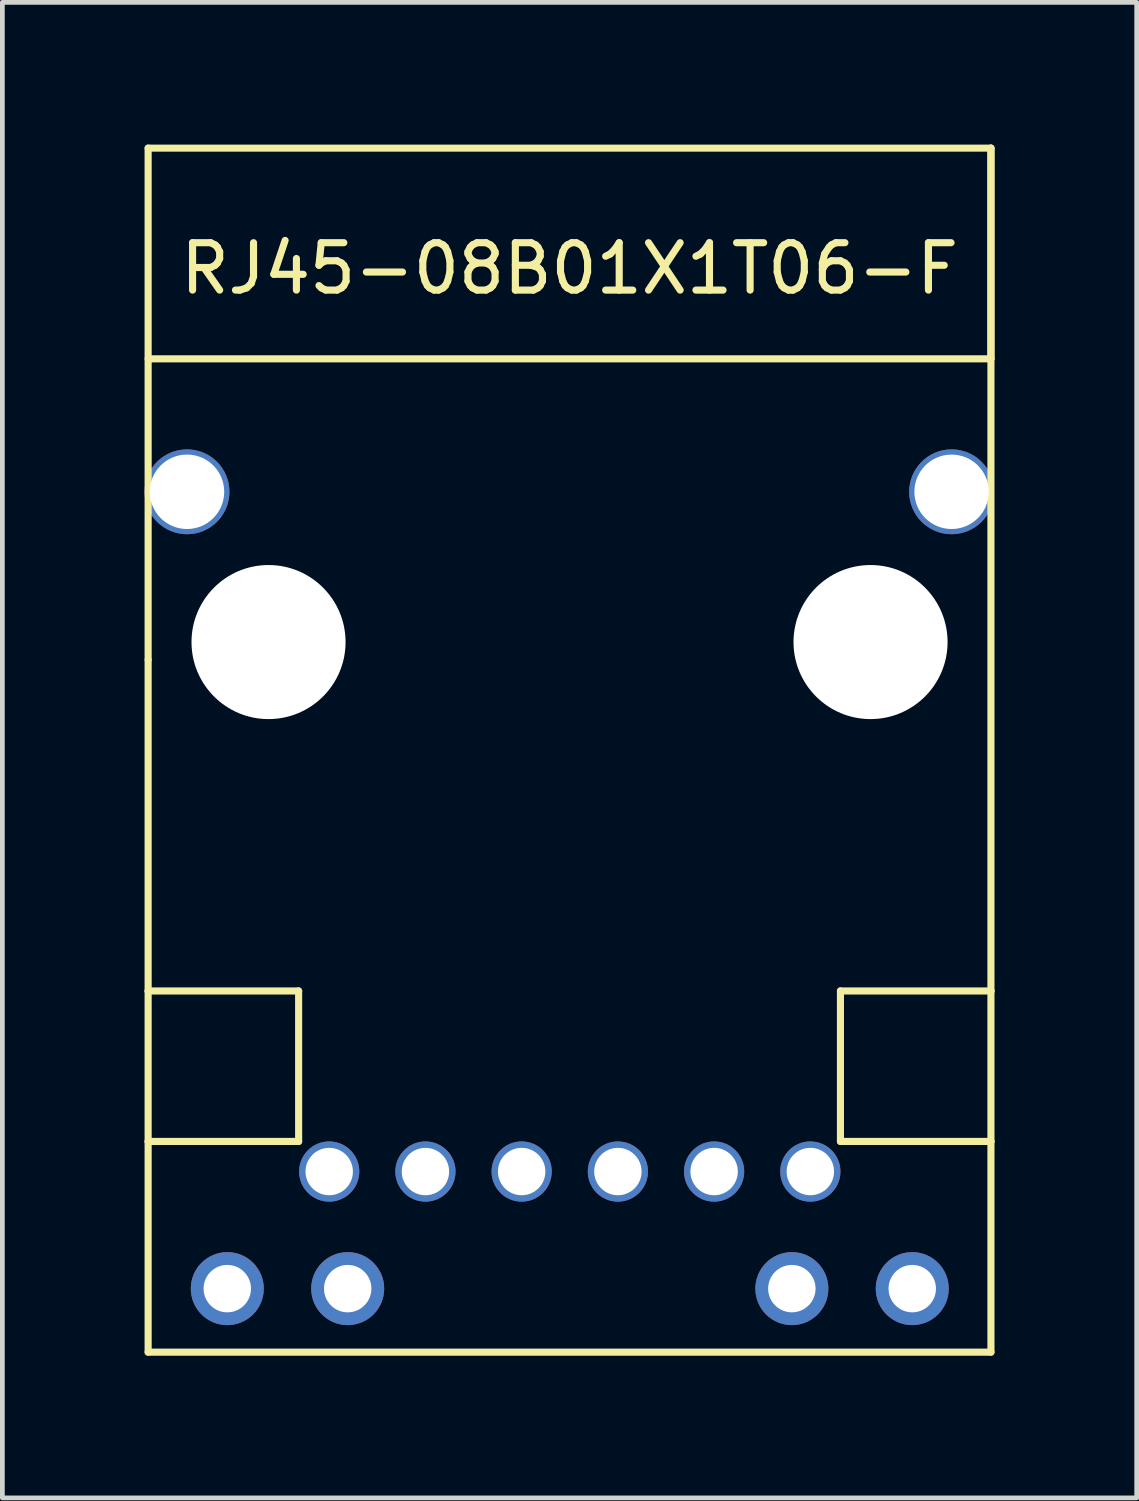
<source format=kicad_pcb>
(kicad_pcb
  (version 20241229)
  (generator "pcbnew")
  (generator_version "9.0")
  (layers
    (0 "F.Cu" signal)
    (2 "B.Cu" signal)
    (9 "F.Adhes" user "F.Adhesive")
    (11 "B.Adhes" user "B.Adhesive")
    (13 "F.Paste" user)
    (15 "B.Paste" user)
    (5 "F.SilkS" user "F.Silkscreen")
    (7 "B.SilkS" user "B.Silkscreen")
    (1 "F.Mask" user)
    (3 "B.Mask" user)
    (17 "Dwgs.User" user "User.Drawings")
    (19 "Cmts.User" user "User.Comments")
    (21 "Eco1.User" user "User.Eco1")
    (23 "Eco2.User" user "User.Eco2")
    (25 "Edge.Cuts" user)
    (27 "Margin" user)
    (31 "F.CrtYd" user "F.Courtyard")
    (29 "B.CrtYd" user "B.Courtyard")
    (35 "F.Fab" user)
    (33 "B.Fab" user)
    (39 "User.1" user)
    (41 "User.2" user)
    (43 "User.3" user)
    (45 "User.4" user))
  (footprint "RJ45-08B01X1T06-F"
    (layer "F.Cu")
    (at 14.68 21.03)
    (property "Reference" "RJ45-08B01X1T06-F" (at -5.715 -18.415 0) (layer "F.SilkS") (effects (font (size 1 1) (thickness 0.15))))
    (attr through_hole)
    (fp_line (start -14.605 -20.955) (end 3.175 -20.955) (stroke (width 0.15) (type solid)) (layer "F.SilkS"))
    (fp_line (start -14.605 -10.16) (end -14.605 -20.955) (stroke (width 0.15) (type solid)) (layer "F.SilkS"))
    (fp_line (start -14.605 -3.175) (end -14.605 -10.16) (stroke (width 0.15) (type solid)) (layer "F.SilkS"))
    (fp_line (start -14.605 -3.175) (end -14.605 0) (stroke (width 0.15) (type solid)) (layer "F.SilkS"))
    (fp_line (start -14.605 0) (end -14.605 4.445) (stroke (width 0.15) (type solid)) (layer "F.SilkS"))
    (fp_line (start -14.605 0) (end -11.43 0) (stroke (width 0.15) (type solid)) (layer "F.SilkS"))
    (fp_line (start -14.605 4.445) (end 3.175 4.445) (stroke (width 0.15) (type solid)) (layer "F.SilkS"))
    (fp_line (start -11.43 -3.175) (end -14.605 -3.175) (stroke (width 0.15) (type solid)) (layer "F.SilkS"))
    (fp_line (start -11.43 0) (end -11.43 -3.175) (stroke (width 0.15) (type solid)) (layer "F.SilkS"))
    (fp_line (start 0 -3.175) (end 0 0) (stroke (width 0.15) (type solid)) (layer "F.SilkS"))
    (fp_line (start 0 0) (end 3.175 0) (stroke (width 0.15) (type solid)) (layer "F.SilkS"))
    (fp_line (start 3.175 -20.955) (end 3.175 -16.51) (stroke (width 0.15) (type solid)) (layer "F.SilkS"))
    (fp_line (start 3.175 -20.955) (end 3.175 -3.175) (stroke (width 0.15) (type solid)) (layer "F.SilkS"))
    (fp_line (start 3.175 -16.51) (end -14.605 -16.51) (stroke (width 0.15) (type solid)) (layer "F.SilkS"))
    (fp_line (start 3.175 -3.175) (end 0 -3.175) (stroke (width 0.15) (type solid)) (layer "F.SilkS"))
    (fp_line (start 3.175 0) (end 3.175 -3.175) (stroke (width 0.15) (type solid)) (layer "F.SilkS"))
    (fp_line (start 3.175 4.445) (end 3.175 0) (stroke (width 0.15) (type solid)) (layer "F.SilkS"))
    (pad "" np_thru_hole circle (at -12.065 -10.535) (size 3.25 3.25) (drill 3.25) (layers "*.Cu" "*.Mask"))
    (pad "" np_thru_hole circle (at 0.635 -10.535) (size 3.25 3.25) (drill 3.25) (layers "*.Cu" "*.Mask"))
    (pad "1" thru_hole circle (at -10.785 0.635) (size 1.27 1.27) (drill 1) (layers "*.Cu" "*.Mask"))
    (pad "2" thru_hole circle (at -8.755 0.635) (size 1.27 1.27) (drill 1) (layers "*.Cu" "*.Mask"))
    (pad "3" thru_hole circle (at -6.725 0.635) (size 1.27 1.27) (drill 1) (layers "*.Cu" "*.Mask"))
    (pad "4" thru_hole circle (at -4.695 0.635) (size 1.27 1.27) (drill 1) (layers "*.Cu" "*.Mask"))
    (pad "5" thru_hole circle (at -2.665 0.635) (size 1.27 1.27) (drill 1) (layers "*.Cu" "*.Mask"))
    (pad "6" thru_hole circle (at -0.635 0.635) (size 1.27 1.27) (drill 1) (layers "*.Cu" "*.Mask"))
    (pad "7" thru_hole circle (at -12.935 3.105) (size 1.54 1.54) (drill 1) (layers "*.Cu" "*.Mask"))
    (pad "8" thru_hole circle (at -10.395 3.105) (size 1.54 1.54) (drill 1) (layers "*.Cu" "*.Mask"))
    (pad "9" thru_hole circle (at -1.025 3.105) (size 1.54 1.54) (drill 1) (layers "*.Cu" "*.Mask"))
    (pad "10" thru_hole circle (at 1.515 3.105) (size 1.54 1.54) (drill 1) (layers "*.Cu" "*.Mask"))
    (pad "11" thru_hole circle (at -13.785 -13.705) (size 1.79 1.79) (drill 1.57) (layers "*.Cu" "*.Mask"))
    (pad "11" thru_hole circle (at 2.345 -13.705) (size 1.79 1.79) (drill 1.57) (layers "*.Cu" "*.Mask")))
  (gr_rect
    (start -3 -3)
    (end 20.93 28.55)
    (stroke (width 0.1) (type default))
    (fill no)
    (layer "Edge.Cuts")))
</source>
